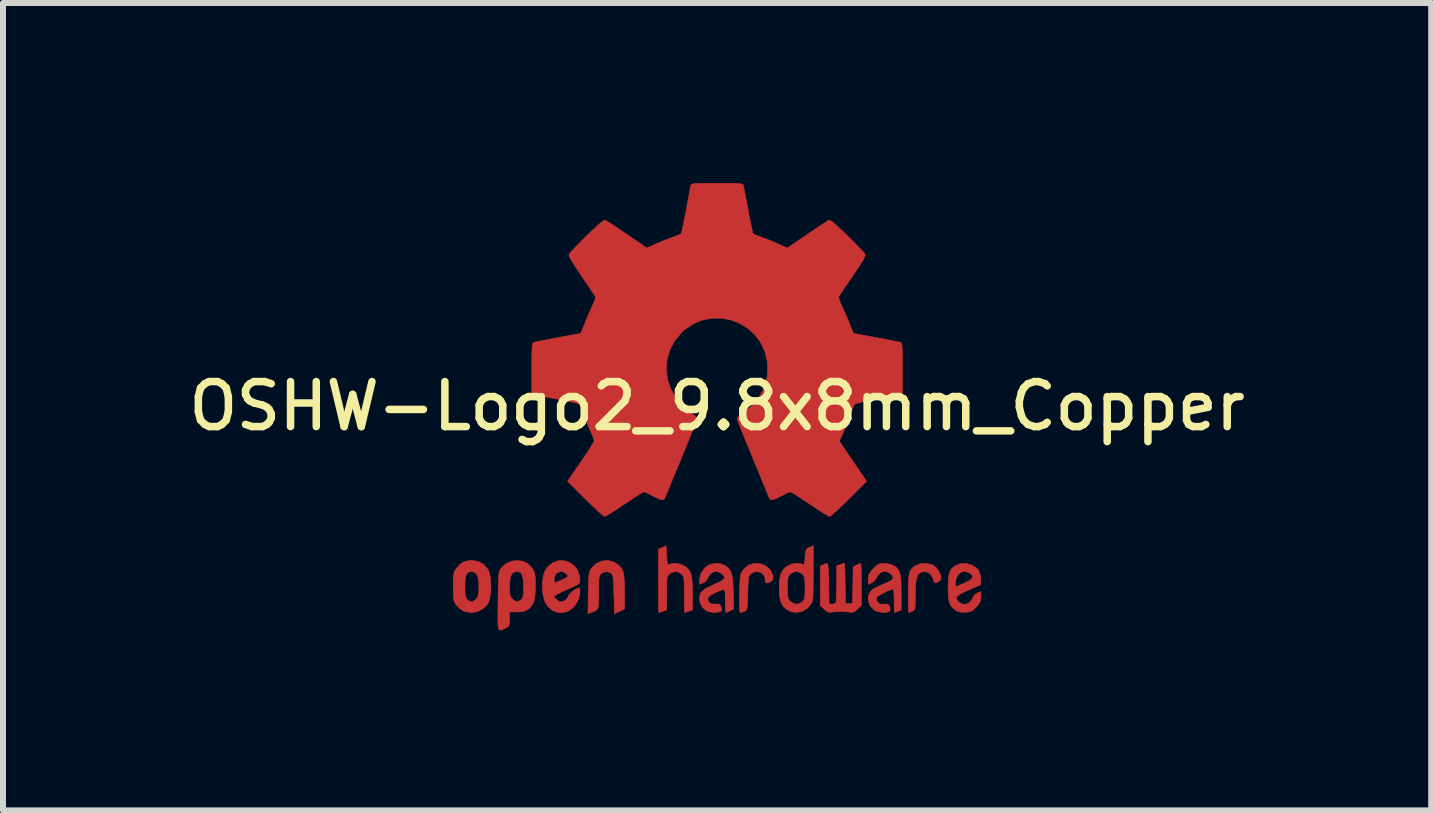
<source format=kicad_pcb>
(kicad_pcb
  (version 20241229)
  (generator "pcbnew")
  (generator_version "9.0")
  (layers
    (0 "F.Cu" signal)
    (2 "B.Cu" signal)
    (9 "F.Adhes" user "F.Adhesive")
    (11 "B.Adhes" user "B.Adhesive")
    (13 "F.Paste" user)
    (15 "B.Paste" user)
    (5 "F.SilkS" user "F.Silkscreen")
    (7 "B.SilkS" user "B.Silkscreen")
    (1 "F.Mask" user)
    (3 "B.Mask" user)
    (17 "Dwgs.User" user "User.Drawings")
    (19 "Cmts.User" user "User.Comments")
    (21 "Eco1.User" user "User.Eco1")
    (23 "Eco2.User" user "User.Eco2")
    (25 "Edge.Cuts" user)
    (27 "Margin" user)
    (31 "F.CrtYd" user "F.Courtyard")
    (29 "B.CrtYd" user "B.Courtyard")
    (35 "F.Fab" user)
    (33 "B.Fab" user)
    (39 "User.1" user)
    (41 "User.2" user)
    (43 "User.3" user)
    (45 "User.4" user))
  (footprint "OSHW-Logo2_9.8x8mm_Copper"
    (layer "F.Cu")
    (at 8.898 3.717)
    (property "Reference" "OSHW-Logo2_9.8x8mm_Copper" (at 0 0 0) (layer "F.SilkS") (effects (font (size 0.75 0.75) (thickness 0.125))))
    (attr exclude_from_pos_files exclude_from_bom allow_missing_courtyard)
    (fp_poly (pts (xy 3.571 2.637) (xy 3.594 2.647) (xy 3.65 2.691) (xy 3.698 2.755) (xy 3.727 2.823) (xy 3.732 2.857) (xy 3.716 2.904) (xy 3.68 2.928) (xy 3.643 2.943) (xy 3.625 2.946) (xy 3.617 2.926) (xy 3.6 2.882) (xy 3.593 2.863) (xy 3.552 2.794) (xy 3.493 2.76) (xy 3.417 2.761) (xy 3.411 2.763) (xy 3.37 2.782) (xy 3.34 2.819) (xy 3.32 2.88) (xy 3.308 2.968) (xy 3.303 3.088) (xy 3.302 3.152) (xy 3.302 3.252) (xy 3.3 3.321) (xy 3.296 3.365) (xy 3.287 3.39) (xy 3.274 3.405) (xy 3.253 3.416) (xy 3.252 3.416) (xy 3.213 3.433) (xy 3.194 3.439) (xy 3.191 3.42) (xy 3.188 3.369) (xy 3.186 3.292) (xy 3.185 3.196) (xy 3.185 3.125) (xy 3.186 2.989) (xy 3.19 2.885) (xy 3.2 2.808) (xy 3.216 2.752) (xy 3.24 2.711) (xy 3.274 2.679) (xy 3.308 2.656) (xy 3.388 2.626) (xy 3.482 2.62) (xy 3.571 2.637)) (stroke (width 0.01) (type solid)) (fill yes) (layer "F.Cu"))
    (fp_poly (pts (xy -1.728 2.595) (xy -1.666 2.631) (xy -1.622 2.667) (xy -1.59 2.705) (xy -1.568 2.751) (xy -1.554 2.812) (xy -1.547 2.895) (xy -1.544 3.007) (xy -1.544 3.087) (xy -1.544 3.382) (xy -1.71 3.457) (xy -1.719 3.133) (xy -1.723 3.013) (xy -1.728 2.925) (xy -1.733 2.865) (xy -1.74 2.825) (xy -1.75 2.801) (xy -1.763 2.786) (xy -1.767 2.783) (xy -1.831 2.757) (xy -1.896 2.767) (xy -1.934 2.794) (xy -1.95 2.813) (xy -1.961 2.838) (xy -1.968 2.876) (xy -1.972 2.934) (xy -1.973 3.018) (xy -1.973 3.106) (xy -1.973 3.216) (xy -1.975 3.294) (xy -1.982 3.347) (xy -1.995 3.381) (xy -2.018 3.404) (xy -2.053 3.421) (xy -2.1 3.439) (xy -2.152 3.458) (xy -2.146 3.111) (xy -2.143 2.986) (xy -2.14 2.894) (xy -2.136 2.828) (xy -2.13 2.781) (xy -2.121 2.748) (xy -2.108 2.722) (xy -2.092 2.699) (xy -2.018 2.625) (xy -1.926 2.582) (xy -1.827 2.571) (xy -1.728 2.595)) (stroke (width 0.01) (type solid)) (fill yes) (layer "F.Cu"))
    (fp_poly (pts (xy 0.713 2.625) (xy 0.802 2.657) (xy 0.874 2.715) (xy 0.902 2.756) (xy 0.933 2.831) (xy 0.932 2.885) (xy 0.9 2.921) (xy 0.888 2.928) (xy 0.837 2.947) (xy 0.81 2.942) (xy 0.802 2.91) (xy 0.801 2.892) (xy 0.785 2.826) (xy 0.742 2.78) (xy 0.683 2.758) (xy 0.617 2.763) (xy 0.564 2.792) (xy 0.546 2.809) (xy 0.533 2.829) (xy 0.524 2.859) (xy 0.519 2.907) (xy 0.515 2.978) (xy 0.512 3.08) (xy 0.511 3.112) (xy 0.509 3.222) (xy 0.506 3.3) (xy 0.501 3.351) (xy 0.494 3.383) (xy 0.483 3.401) (xy 0.467 3.412) (xy 0.457 3.417) (xy 0.413 3.433) (xy 0.388 3.439) (xy 0.379 3.421) (xy 0.374 3.365) (xy 0.372 3.272) (xy 0.374 3.141) (xy 0.374 3.121) (xy 0.377 3.002) (xy 0.381 2.914) (xy 0.386 2.853) (xy 0.393 2.809) (xy 0.404 2.778) (xy 0.419 2.751) (xy 0.427 2.74) (xy 0.472 2.69) (xy 0.522 2.651) (xy 0.528 2.647) (xy 0.618 2.62) (xy 0.713 2.625)) (stroke (width 0.01) (type solid)) (fill yes) (layer "F.Cu"))
    (fp_poly (pts (xy -0.84 2.492) (xy -0.834 2.572) (xy -0.828 2.619) (xy -0.819 2.64) (xy -0.805 2.64) (xy -0.801 2.637) (xy -0.744 2.62) (xy -0.669 2.621) (xy -0.593 2.639) (xy -0.545 2.663) (xy -0.496 2.7) (xy -0.461 2.743) (xy -0.436 2.797) (xy -0.421 2.869) (xy -0.413 2.966) (xy -0.41 3.095) (xy -0.41 3.119) (xy -0.41 3.396) (xy -0.472 3.417) (xy -0.516 3.432) (xy -0.54 3.439) (xy -0.54 3.439) (xy -0.543 3.42) (xy -0.545 3.37) (xy -0.546 3.293) (xy -0.547 3.197) (xy -0.547 3.139) (xy -0.547 3.025) (xy -0.549 2.943) (xy -0.552 2.886) (xy -0.558 2.849) (xy -0.568 2.825) (xy -0.583 2.806) (xy -0.592 2.797) (xy -0.655 2.761) (xy -0.724 2.759) (xy -0.786 2.789) (xy -0.798 2.8) (xy -0.815 2.821) (xy -0.826 2.845) (xy -0.834 2.881) (xy -0.838 2.934) (xy -0.84 3.012) (xy -0.84 3.121) (xy -0.84 3.396) (xy -0.902 3.417) (xy -0.945 3.432) (xy -0.969 3.439) (xy -0.97 3.439) (xy -0.972 3.42) (xy -0.974 3.367) (xy -0.975 3.286) (xy -0.976 3.18) (xy -0.977 3.055) (xy -0.977 2.916) (xy -0.977 2.382) (xy -0.85 2.328) (xy -0.84 2.492)) (stroke (width 0.01) (type solid)) (fill yes) (layer "F.Cu"))
    (fp_poly (pts (xy 2.396 2.637) (xy 2.399 2.688) (xy 2.401 2.766) (xy 2.403 2.865) (xy 2.403 2.968) (xy 2.403 3.319) (xy 2.341 3.38) (xy 2.299 3.418) (xy 2.261 3.434) (xy 2.21 3.433) (xy 2.19 3.43) (xy 2.127 3.423) (xy 2.074 3.419) (xy 2.061 3.419) (xy 2.018 3.421) (xy 1.957 3.427) (xy 1.933 3.43) (xy 1.874 3.435) (xy 1.834 3.425) (xy 1.795 3.394) (xy 1.781 3.38) (xy 1.719 3.319) (xy 1.719 2.664) (xy 1.769 2.641) (xy 1.812 2.624) (xy 1.837 2.618) (xy 1.844 2.637) (xy 1.85 2.689) (xy 1.855 2.768) (xy 1.859 2.87) (xy 1.861 2.955) (xy 1.866 3.292) (xy 1.913 3.299) (xy 1.955 3.294) (xy 1.976 3.279) (xy 1.982 3.251) (xy 1.987 3.192) (xy 1.99 3.108) (xy 1.992 3.009) (xy 1.993 2.957) (xy 1.993 2.661) (xy 2.054 2.64) (xy 2.098 2.625) (xy 2.122 2.618) (xy 2.122 2.618) (xy 2.125 2.637) (xy 2.127 2.688) (xy 2.13 2.766) (xy 2.132 2.864) (xy 2.134 2.955) (xy 2.139 3.292) (xy 2.257 3.292) (xy 2.262 2.985) (xy 2.267 2.677) (xy 2.325 2.648) (xy 2.367 2.627) (xy 2.392 2.618) (xy 2.392 2.618) (xy 2.396 2.637)) (stroke (width 0.01) (type solid)) (fill yes) (layer "F.Cu"))
    (fp_poly (pts (xy -3.983 2.587) (xy -3.892 2.635) (xy -3.824 2.713) (xy -3.8 2.763) (xy -3.781 2.838) (xy -3.772 2.932) (xy -3.771 3.035) (xy -3.778 3.136) (xy -3.793 3.223) (xy -3.815 3.286) (xy -3.822 3.297) (xy -3.903 3.377) (xy -4 3.425) (xy -4.104 3.439) (xy -4.21 3.418) (xy -4.239 3.405) (xy -4.297 3.364) (xy -4.347 3.311) (xy -4.352 3.304) (xy -4.371 3.271) (xy -4.384 3.236) (xy -4.391 3.19) (xy -4.395 3.125) (xy -4.396 3.03) (xy -4.396 3.009) (xy -4.396 3.002) (xy -4.201 3.002) (xy -4.2 3.091) (xy -4.195 3.151) (xy -4.186 3.189) (xy -4.17 3.215) (xy -4.162 3.224) (xy -4.115 3.257) (xy -4.07 3.256) (xy -4.024 3.227) (xy -3.996 3.196) (xy -3.98 3.151) (xy -3.971 3.079) (xy -3.97 3.071) (xy -3.969 2.942) (xy -3.985 2.846) (xy -4.019 2.784) (xy -4.07 2.756) (xy -4.088 2.755) (xy -4.136 2.763) (xy -4.169 2.789) (xy -4.189 2.839) (xy -4.199 2.919) (xy -4.201 3.002) (xy -4.396 3.002) (xy -4.395 2.908) (xy -4.392 2.838) (xy -4.386 2.789) (xy -4.374 2.753) (xy -4.356 2.722) (xy -4.352 2.716) (xy -4.286 2.636) (xy -4.213 2.59) (xy -4.125 2.572) (xy -4.095 2.571) (xy -3.983 2.587)) (stroke (width 0.01) (type solid)) (fill yes) (layer "F.Cu"))
    (fp_poly (pts (xy 4.245 2.648) (xy 4.323 2.698) (xy 4.36 2.744) (xy 4.389 2.826) (xy 4.392 2.891) (xy 4.386 2.977) (xy 4.186 3.065) (xy 4.089 3.11) (xy 4.025 3.146) (xy 3.992 3.177) (xy 3.986 3.207) (xy 4.005 3.241) (xy 4.025 3.263) (xy 4.084 3.298) (xy 4.148 3.301) (xy 4.207 3.273) (xy 4.25 3.218) (xy 4.258 3.199) (xy 4.295 3.138) (xy 4.338 3.113) (xy 4.396 3.09) (xy 4.396 3.174) (xy 4.391 3.231) (xy 4.371 3.279) (xy 4.328 3.334) (xy 4.322 3.342) (xy 4.275 3.391) (xy 4.234 3.417) (xy 4.183 3.429) (xy 4.141 3.433) (xy 4.066 3.434) (xy 4.012 3.421) (xy 3.979 3.403) (xy 3.926 3.362) (xy 3.89 3.318) (xy 3.867 3.262) (xy 3.854 3.187) (xy 3.85 3.084) (xy 3.849 3.032) (xy 3.851 2.97) (xy 3.968 2.97) (xy 3.97 3.003) (xy 3.973 3.009) (xy 3.996 3.001) (xy 4.044 2.982) (xy 4.109 2.954) (xy 4.122 2.948) (xy 4.204 2.906) (xy 4.249 2.87) (xy 4.259 2.835) (xy 4.236 2.801) (xy 4.216 2.785) (xy 4.145 2.755) (xy 4.079 2.76) (xy 4.024 2.797) (xy 3.986 2.863) (xy 3.973 2.916) (xy 3.968 2.97) (xy 3.851 2.97) (xy 3.852 2.911) (xy 3.861 2.821) (xy 3.879 2.755) (xy 3.909 2.707) (xy 3.953 2.669) (xy 3.972 2.656) (xy 4.059 2.624) (xy 4.154 2.622) (xy 4.245 2.648)) (stroke (width 0.01) (type solid)) (fill yes) (layer "F.Cu"))
    (fp_poly (pts (xy 1.602 2.78) (xy 1.602 2.926) (xy 1.601 3.039) (xy 1.599 3.123) (xy 1.595 3.184) (xy 1.59 3.227) (xy 1.582 3.259) (xy 1.571 3.283) (xy 1.563 3.297) (xy 1.497 3.373) (xy 1.412 3.421) (xy 1.319 3.438) (xy 1.226 3.423) (xy 1.17 3.394) (xy 1.112 3.346) (xy 1.072 3.286) (xy 1.048 3.209) (xy 1.037 3.105) (xy 1.036 3.028) (xy 1.036 3.023) (xy 1.172 3.023) (xy 1.173 3.11) (xy 1.177 3.168) (xy 1.186 3.206) (xy 1.201 3.233) (xy 1.22 3.254) (xy 1.283 3.294) (xy 1.351 3.297) (xy 1.415 3.264) (xy 1.42 3.26) (xy 1.441 3.236) (xy 1.455 3.208) (xy 1.462 3.167) (xy 1.465 3.102) (xy 1.465 3.031) (xy 1.464 2.942) (xy 1.46 2.882) (xy 1.451 2.843) (xy 1.436 2.815) (xy 1.423 2.8) (xy 1.364 2.763) (xy 1.295 2.758) (xy 1.23 2.787) (xy 1.218 2.797) (xy 1.196 2.821) (xy 1.183 2.849) (xy 1.176 2.891) (xy 1.173 2.956) (xy 1.172 3.023) (xy 1.036 3.023) (xy 1.04 2.906) (xy 1.056 2.814) (xy 1.087 2.744) (xy 1.134 2.69) (xy 1.17 2.663) (xy 1.237 2.633) (xy 1.314 2.619) (xy 1.386 2.622) (xy 1.426 2.637) (xy 1.442 2.642) (xy 1.453 2.626) (xy 1.46 2.583) (xy 1.465 2.518) (xy 1.471 2.446) (xy 1.48 2.402) (xy 1.495 2.377) (xy 1.522 2.361) (xy 1.539 2.354) (xy 1.602 2.327) (xy 1.602 2.78)) (stroke (width 0.01) (type solid)) (fill yes) (layer "F.Cu"))
    (fp_poly (pts (xy -2.466 2.6) (xy -2.389 2.652) (xy -2.329 2.726) (xy -2.294 2.822) (xy -2.286 2.892) (xy -2.287 2.921) (xy -2.294 2.943) (xy -2.313 2.963) (xy -2.35 2.986) (xy -2.41 3.015) (xy -2.5 3.055) (xy -2.501 3.055) (xy -2.584 3.093) (xy -2.652 3.127) (xy -2.698 3.153) (xy -2.716 3.167) (xy -2.716 3.167) (xy -2.701 3.199) (xy -2.665 3.233) (xy -2.624 3.258) (xy -2.603 3.263) (xy -2.546 3.246) (xy -2.497 3.203) (xy -2.474 3.156) (xy -2.451 3.122) (xy -2.406 3.082) (xy -2.353 3.048) (xy -2.306 3.029) (xy -2.297 3.028) (xy -2.286 3.045) (xy -2.285 3.088) (xy -2.293 3.146) (xy -2.308 3.207) (xy -2.329 3.261) (xy -2.33 3.264) (xy -2.392 3.351) (xy -2.473 3.41) (xy -2.565 3.439) (xy -2.66 3.436) (xy -2.752 3.397) (xy -2.756 3.395) (xy -2.828 3.33) (xy -2.875 3.245) (xy -2.901 3.133) (xy -2.905 3.102) (xy -2.911 2.954) (xy -2.903 2.884) (xy -2.716 2.884) (xy -2.713 2.928) (xy -2.7 2.94) (xy -2.667 2.931) (xy -2.615 2.908) (xy -2.556 2.881) (xy -2.555 2.88) (xy -2.505 2.854) (xy -2.485 2.836) (xy -2.49 2.818) (xy -2.511 2.794) (xy -2.563 2.759) (xy -2.62 2.757) (xy -2.671 2.782) (xy -2.706 2.831) (xy -2.716 2.884) (xy -2.903 2.884) (xy -2.898 2.835) (xy -2.865 2.741) (xy -2.82 2.675) (xy -2.737 2.609) (xy -2.646 2.576) (xy -2.554 2.574) (xy -2.466 2.6)) (stroke (width 0.01) (type solid)) (fill yes) (layer "F.Cu"))
    (fp_poly (pts (xy 0.054 2.626) (xy 0.13 2.655) (xy 0.131 2.655) (xy 0.178 2.69) (xy 0.213 2.731) (xy 0.238 2.784) (xy 0.254 2.856) (xy 0.264 2.953) (xy 0.27 3.082) (xy 0.27 3.1) (xy 0.277 3.377) (xy 0.218 3.408) (xy 0.175 3.429) (xy 0.149 3.439) (xy 0.148 3.439) (xy 0.143 3.421) (xy 0.139 3.372) (xy 0.137 3.3) (xy 0.137 3.242) (xy 0.137 3.148) (xy 0.132 3.089) (xy 0.118 3.061) (xy 0.085 3.06) (xy 0.03 3.081) (xy -0.054 3.12) (xy -0.115 3.153) (xy -0.147 3.181) (xy -0.156 3.212) (xy -0.156 3.213) (xy -0.141 3.266) (xy -0.095 3.295) (xy -0.026 3.299) (xy 0.024 3.298) (xy 0.051 3.313) (xy 0.067 3.347) (xy 0.077 3.391) (xy 0.063 3.416) (xy 0.058 3.42) (xy 0.009 3.434) (xy -0.058 3.437) (xy -0.128 3.427) (xy -0.178 3.41) (xy -0.246 3.351) (xy -0.285 3.27) (xy -0.293 3.207) (xy -0.287 3.15) (xy -0.266 3.104) (xy -0.224 3.062) (xy -0.155 3.021) (xy -0.055 2.974) (xy -0.049 2.971) (xy 0.041 2.93) (xy 0.097 2.895) (xy 0.121 2.865) (xy 0.116 2.833) (xy 0.084 2.797) (xy 0.075 2.789) (xy 0.012 2.757) (xy -0.054 2.758) (xy -0.111 2.79) (xy -0.149 2.848) (xy -0.152 2.859) (xy -0.187 2.915) (xy -0.23 2.942) (xy -0.293 2.968) (xy -0.293 2.9) (xy -0.274 2.8) (xy -0.217 2.709) (xy -0.188 2.678) (xy -0.12 2.639) (xy -0.035 2.622) (xy 0.054 2.626)) (stroke (width 0.01) (type solid)) (fill yes) (layer "F.Cu"))
    (fp_poly (pts (xy -3.231 2.585) (xy -3.156 2.622) (xy -3.091 2.69) (xy -3.072 2.716) (xy -3.053 2.749) (xy -3.04 2.785) (xy -3.032 2.833) (xy -3.029 2.903) (xy -3.028 2.994) (xy -3.032 3.12) (xy -3.043 3.214) (xy -3.065 3.285) (xy -3.1 3.338) (xy -3.149 3.383) (xy -3.153 3.385) (xy -3.202 3.412) (xy -3.261 3.426) (xy -3.336 3.429) (xy -3.458 3.429) (xy -3.458 3.547) (xy -3.459 3.613) (xy -3.466 3.652) (xy -3.484 3.675) (xy -3.519 3.695) (xy -3.527 3.699) (xy -3.566 3.718) (xy -3.596 3.729) (xy -3.619 3.73) (xy -3.635 3.717) (xy -3.645 3.685) (xy -3.65 3.63) (xy -3.652 3.549) (xy -3.652 3.437) (xy -3.65 3.292) (xy -3.65 3.248) (xy -3.648 3.098) (xy -3.646 3) (xy -3.458 3) (xy -3.457 3.083) (xy -3.453 3.138) (xy -3.442 3.174) (xy -3.423 3.201) (xy -3.41 3.215) (xy -3.358 3.254) (xy -3.312 3.258) (xy -3.264 3.225) (xy -3.263 3.224) (xy -3.244 3.199) (xy -3.232 3.164) (xy -3.226 3.112) (xy -3.224 3.031) (xy -3.224 3.013) (xy -3.228 2.902) (xy -3.243 2.825) (xy -3.269 2.778) (xy -3.309 2.757) (xy -3.332 2.755) (xy -3.387 2.765) (xy -3.425 2.798) (xy -3.447 2.858) (xy -3.457 2.95) (xy -3.458 3) (xy -3.646 3) (xy -3.646 2.982) (xy -3.643 2.895) (xy -3.639 2.831) (xy -3.634 2.786) (xy -3.627 2.754) (xy -3.617 2.73) (xy -3.604 2.709) (xy -3.598 2.701) (xy -3.525 2.627) (xy -3.432 2.584) (xy -3.325 2.573) (xy -3.231 2.585)) (stroke (width 0.01) (type solid)) (fill yes) (layer "F.Cu"))
    (fp_poly (pts (xy 2.887 2.634) (xy 2.944 2.659) (xy 2.988 2.69) (xy 3.02 2.725) (xy 3.042 2.77) (xy 3.057 2.831) (xy 3.064 2.915) (xy 3.067 3.028) (xy 3.068 3.103) (xy 3.068 3.393) (xy 3.018 3.416) (xy 2.979 3.433) (xy 2.959 3.439) (xy 2.955 3.421) (xy 2.952 3.372) (xy 2.951 3.3) (xy 2.95 3.243) (xy 2.949 3.161) (xy 2.944 3.096) (xy 2.938 3.056) (xy 2.933 3.048) (xy 2.898 3.057) (xy 2.844 3.079) (xy 2.781 3.109) (xy 2.72 3.141) (xy 2.674 3.17) (xy 2.652 3.19) (xy 2.652 3.19) (xy 2.654 3.227) (xy 2.671 3.262) (xy 2.7 3.291) (xy 2.743 3.3) (xy 2.78 3.299) (xy 2.832 3.298) (xy 2.859 3.31) (xy 2.876 3.343) (xy 2.878 3.349) (xy 2.885 3.395) (xy 2.866 3.423) (xy 2.816 3.436) (xy 2.763 3.438) (xy 2.666 3.42) (xy 2.616 3.394) (xy 2.554 3.333) (xy 2.522 3.258) (xy 2.519 3.178) (xy 2.546 3.104) (xy 2.588 3.058) (xy 2.63 3.032) (xy 2.695 2.999) (xy 2.771 2.966) (xy 2.784 2.96) (xy 2.867 2.924) (xy 2.916 2.891) (xy 2.931 2.859) (xy 2.917 2.822) (xy 2.892 2.794) (xy 2.833 2.759) (xy 2.768 2.756) (xy 2.709 2.783) (xy 2.666 2.837) (xy 2.661 2.851) (xy 2.628 2.902) (xy 2.581 2.94) (xy 2.52 2.971) (xy 2.52 2.883) (xy 2.524 2.829) (xy 2.539 2.787) (xy 2.573 2.741) (xy 2.605 2.706) (xy 2.655 2.657) (xy 2.694 2.631) (xy 2.736 2.62) (xy 2.783 2.618) (xy 2.887 2.634)) (stroke (width 0.01) (type solid)) (fill yes) (layer "F.Cu"))
    (fp_poly (pts (xy 0.14 -3.712) (xy 0.246 -3.712) (xy 0.322 -3.71) (xy 0.374 -3.707) (xy 0.407 -3.702) (xy 0.426 -3.695) (xy 0.435 -3.684) (xy 0.439 -3.67) (xy 0.44 -3.668) (xy 0.446 -3.636) (xy 0.459 -3.572) (xy 0.476 -3.483) (xy 0.496 -3.376) (xy 0.518 -3.258) (xy 0.518 -3.254) (xy 0.54 -3.138) (xy 0.561 -3.036) (xy 0.579 -2.953) (xy 0.592 -2.897) (xy 0.601 -2.872) (xy 0.601 -2.871) (xy 0.626 -2.859) (xy 0.676 -2.839) (xy 0.742 -2.814) (xy 0.742 -2.814) (xy 0.825 -2.783) (xy 0.923 -2.744) (xy 1.015 -2.704) (xy 1.019 -2.702) (xy 1.169 -2.634) (xy 1.501 -2.86) (xy 1.603 -2.929) (xy 1.696 -2.991) (xy 1.773 -3.042) (xy 1.83 -3.079) (xy 1.861 -3.098) (xy 1.864 -3.099) (xy 1.887 -3.093) (xy 1.93 -3.063) (xy 1.994 -3.008) (xy 2.081 -2.927) (xy 2.171 -2.84) (xy 2.256 -2.755) (xy 2.333 -2.677) (xy 2.397 -2.611) (xy 2.442 -2.563) (xy 2.464 -2.536) (xy 2.464 -2.535) (xy 2.467 -2.517) (xy 2.458 -2.487) (xy 2.435 -2.441) (xy 2.395 -2.376) (xy 2.338 -2.288) (xy 2.261 -2.173) (xy 2.193 -2.073) (xy 2.132 -1.983) (xy 2.081 -1.908) (xy 2.045 -1.854) (xy 2.027 -1.827) (xy 2.026 -1.825) (xy 2.028 -1.798) (xy 2.045 -1.747) (xy 2.073 -1.68) (xy 2.083 -1.659) (xy 2.127 -1.564) (xy 2.173 -1.456) (xy 2.211 -1.363) (xy 2.238 -1.294) (xy 2.26 -1.241) (xy 2.272 -1.214) (xy 2.274 -1.211) (xy 2.297 -1.208) (xy 2.351 -1.198) (xy 2.429 -1.184) (xy 2.524 -1.166) (xy 2.628 -1.146) (xy 2.735 -1.126) (xy 2.837 -1.107) (xy 2.927 -1.089) (xy 2.998 -1.075) (xy 3.042 -1.066) (xy 3.053 -1.063) (xy 3.064 -1.057) (xy 3.073 -1.042) (xy 3.079 -1.015) (xy 3.083 -0.97) (xy 3.085 -0.902) (xy 3.087 -0.806) (xy 3.087 -0.678) (xy 3.087 -0.625) (xy 3.087 -0.198) (xy 2.985 -0.178) (xy 2.927 -0.167) (xy 2.842 -0.151) (xy 2.739 -0.132) (xy 2.629 -0.111) (xy 2.599 -0.106) (xy 2.497 -0.086) (xy 2.408 -0.067) (xy 2.34 -0.049) (xy 2.3 -0.036) (xy 2.293 -0.032) (xy 2.277 -0.004) (xy 2.253 0.051) (xy 2.227 0.122) (xy 2.222 0.137) (xy 2.188 0.231) (xy 2.146 0.337) (xy 2.104 0.432) (xy 2.104 0.433) (xy 2.035 0.583) (xy 2.49 1.252) (xy 2.197 1.544) (xy 2.109 1.631) (xy 2.029 1.708) (xy 1.96 1.77) (xy 1.909 1.814) (xy 1.879 1.835) (xy 1.874 1.837) (xy 1.849 1.826) (xy 1.797 1.797) (xy 1.725 1.752) (xy 1.637 1.695) (xy 1.543 1.631) (xy 1.447 1.567) (xy 1.361 1.51) (xy 1.291 1.466) (xy 1.242 1.437) (xy 1.221 1.426) (xy 1.194 1.435) (xy 1.144 1.458) (xy 1.08 1.491) (xy 1.074 1.494) (xy 0.988 1.537) (xy 0.929 1.558) (xy 0.893 1.559) (xy 0.874 1.539) (xy 0.874 1.539) (xy 0.864 1.515) (xy 0.841 1.46) (xy 0.807 1.378) (xy 0.763 1.272) (xy 0.712 1.147) (xy 0.654 1.007) (xy 0.598 0.872) (xy 0.536 0.722) (xy 0.48 0.584) (xy 0.43 0.461) (xy 0.389 0.357) (xy 0.358 0.277) (xy 0.338 0.225) (xy 0.332 0.206) (xy 0.347 0.183) (xy 0.386 0.148) (xy 0.439 0.109) (xy 0.588 -0.015) (xy 0.705 -0.156) (xy 0.787 -0.313) (xy 0.834 -0.482) (xy 0.845 -0.66) (xy 0.837 -0.742) (xy 0.796 -0.913) (xy 0.724 -1.064) (xy 0.627 -1.193) (xy 0.509 -1.299) (xy 0.374 -1.381) (xy 0.227 -1.437) (xy 0.072 -1.465) (xy -0.087 -1.465) (xy -0.244 -1.435) (xy -0.396 -1.372) (xy -0.538 -1.277) (xy -0.597 -1.222) (xy -0.711 -1.083) (xy -0.79 -0.932) (xy -0.835 -0.771) (xy -0.847 -0.607) (xy -0.825 -0.443) (xy -0.772 -0.284) (xy -0.686 -0.134) (xy -0.569 0.002) (xy -0.439 0.109) (xy -0.384 0.15) (xy -0.346 0.185) (xy -0.332 0.206) (xy -0.339 0.229) (xy -0.36 0.283) (xy -0.392 0.366) (xy -0.434 0.471) (xy -0.485 0.596) (xy -0.542 0.736) (xy -0.598 0.872) (xy -0.66 1.021) (xy -0.717 1.16) (xy -0.768 1.283) (xy -0.811 1.387) (xy -0.844 1.467) (xy -0.866 1.519) (xy -0.874 1.539) (xy -0.893 1.558) (xy -0.929 1.558) (xy -0.988 1.537) (xy -1.073 1.495) (xy -1.074 1.494) (xy -1.138 1.461) (xy -1.19 1.437) (xy -1.219 1.426) (xy -1.221 1.426) (xy -1.243 1.437) (xy -1.292 1.466) (xy -1.362 1.511) (xy -1.447 1.567) (xy -1.543 1.631) (xy -1.639 1.696) (xy -1.727 1.753) (xy -1.799 1.797) (xy -1.85 1.826) (xy -1.874 1.837) (xy -1.897 1.823) (xy -1.942 1.786) (xy -2.006 1.729) (xy -2.083 1.656) (xy -2.169 1.572) (xy -2.198 1.544) (xy -2.49 1.251) (xy -2.267 0.925) (xy -2.2 0.825) (xy -2.14 0.735) (xy -2.093 0.661) (xy -2.06 0.607) (xy -2.045 0.579) (xy -2.045 0.577) (xy -2.053 0.551) (xy -2.073 0.498) (xy -2.103 0.427) (xy -2.124 0.38) (xy -2.164 0.29) (xy -2.201 0.198) (xy -2.23 0.121) (xy -2.237 0.098) (xy -2.26 0.035) (xy -2.281 -0.014) (xy -2.293 -0.032) (xy -2.319 -0.043) (xy -2.377 -0.059) (xy -2.458 -0.078) (xy -2.555 -0.098) (xy -2.599 -0.106) (xy -2.709 -0.126) (xy -2.815 -0.146) (xy -2.906 -0.163) (xy -2.972 -0.175) (xy -2.985 -0.178) (xy -3.087 -0.198) (xy -3.087 -0.625) (xy -3.087 -0.766) (xy -3.086 -0.872) (xy -3.084 -0.949) (xy -3.08 -1.002) (xy -3.075 -1.035) (xy -3.067 -1.053) (xy -3.057 -1.062) (xy -3.053 -1.063) (xy -3.028 -1.069) (xy -2.972 -1.08) (xy -2.892 -1.096) (xy -2.796 -1.114) (xy -2.691 -1.134) (xy -2.585 -1.155) (xy -2.483 -1.174) (xy -2.395 -1.19) (xy -2.325 -1.203) (xy -2.283 -1.21) (xy -2.274 -1.211) (xy -2.265 -1.228) (xy -2.246 -1.273) (xy -2.221 -1.338) (xy -2.211 -1.363) (xy -2.171 -1.46) (xy -2.125 -1.568) (xy -2.083 -1.659) (xy -2.052 -1.728) (xy -2.032 -1.785) (xy -2.025 -1.82) (xy -2.026 -1.825) (xy -2.041 -1.847) (xy -2.074 -1.896) (xy -2.121 -1.967) (xy -2.181 -2.055) (xy -2.248 -2.154) (xy -2.261 -2.173) (xy -2.339 -2.289) (xy -2.396 -2.377) (xy -2.435 -2.442) (xy -2.458 -2.487) (xy -2.467 -2.516) (xy -2.465 -2.535) (xy -2.464 -2.535) (xy -2.445 -2.559) (xy -2.402 -2.605) (xy -2.341 -2.669) (xy -2.265 -2.746) (xy -2.18 -2.831) (xy -2.171 -2.84) (xy -2.063 -2.944) (xy -1.98 -3.02) (xy -1.92 -3.07) (xy -1.882 -3.096) (xy -1.864 -3.099) (xy -1.84 -3.085) (xy -1.788 -3.052) (xy -1.714 -3.004) (xy -1.625 -2.944) (xy -1.525 -2.876) (xy -1.501 -2.86) (xy -1.169 -2.634) (xy -1.019 -2.702) (xy -0.928 -2.741) (xy -0.83 -2.781) (xy -0.746 -2.813) (xy -0.742 -2.814) (xy -0.677 -2.838) (xy -0.626 -2.859) (xy -0.601 -2.871) (xy -0.601 -2.871) (xy -0.593 -2.893) (xy -0.58 -2.948) (xy -0.562 -3.029) (xy -0.542 -3.129) (xy -0.52 -3.244) (xy -0.518 -3.254) (xy -0.496 -3.372) (xy -0.476 -3.479) (xy -0.459 -3.569) (xy -0.447 -3.634) (xy -0.44 -3.668) (xy -0.44 -3.668) (xy -0.435 -3.683) (xy -0.427 -3.693) (xy -0.41 -3.701) (xy -0.379 -3.707) (xy -0.329 -3.71) (xy -0.256 -3.712) (xy -0.153 -3.712) (xy -0.018 -3.712) (xy 0 -3.712) (xy 0.14 -3.712)) (stroke (width 0.01) (type solid)) (fill yes) (layer "F.Cu")))
  (gr_rect
    (start -3 -3)
    (end 20.796 10.453)
    (stroke (width 0.1) (type default))
    (fill no)
    (layer "Edge.Cuts")))
</source>
